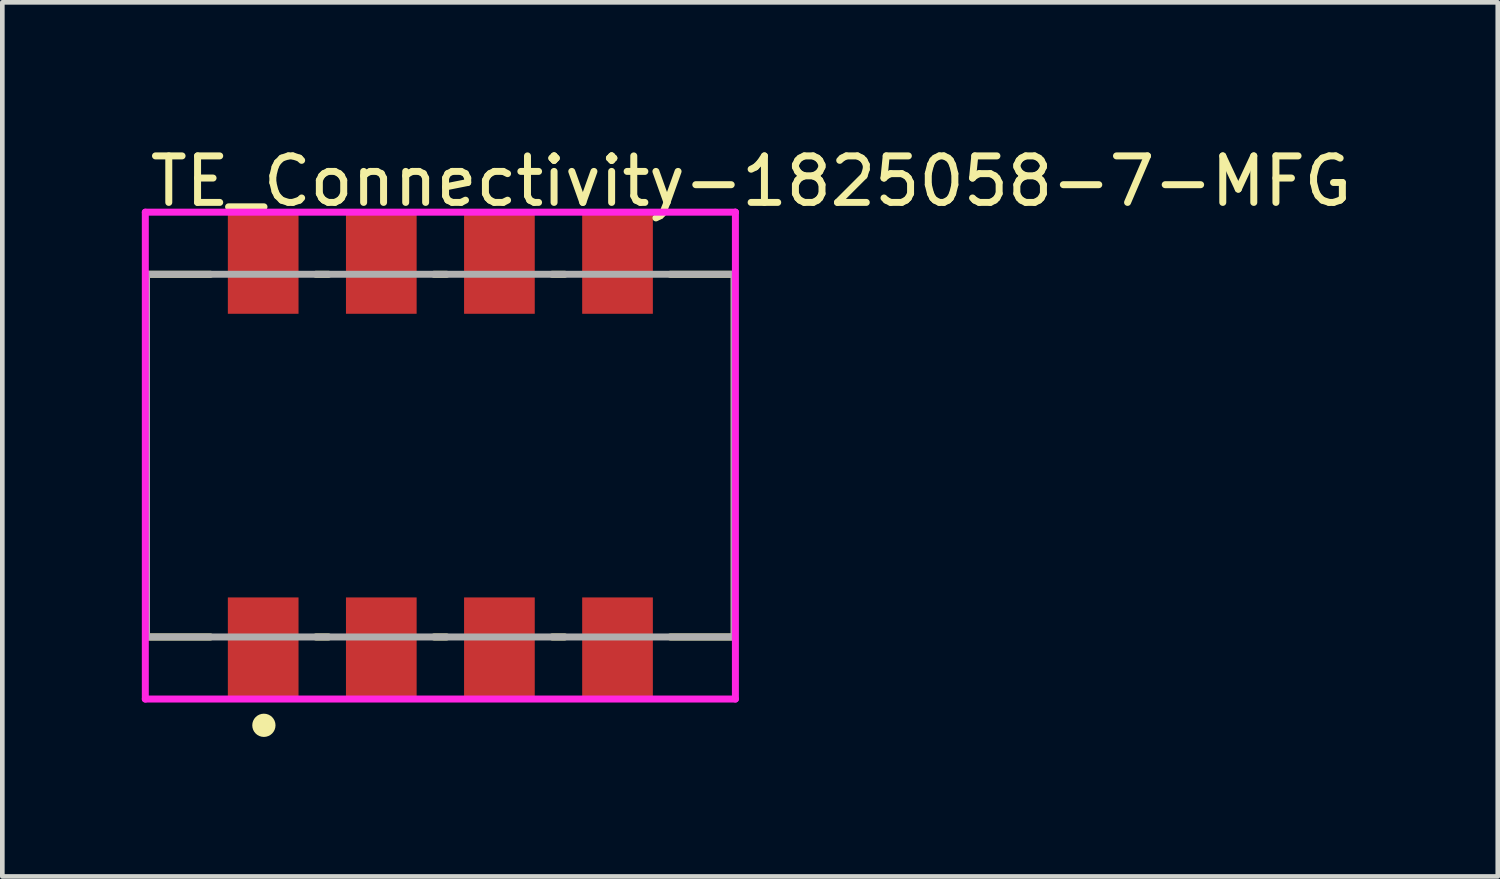
<source format=kicad_pcb>
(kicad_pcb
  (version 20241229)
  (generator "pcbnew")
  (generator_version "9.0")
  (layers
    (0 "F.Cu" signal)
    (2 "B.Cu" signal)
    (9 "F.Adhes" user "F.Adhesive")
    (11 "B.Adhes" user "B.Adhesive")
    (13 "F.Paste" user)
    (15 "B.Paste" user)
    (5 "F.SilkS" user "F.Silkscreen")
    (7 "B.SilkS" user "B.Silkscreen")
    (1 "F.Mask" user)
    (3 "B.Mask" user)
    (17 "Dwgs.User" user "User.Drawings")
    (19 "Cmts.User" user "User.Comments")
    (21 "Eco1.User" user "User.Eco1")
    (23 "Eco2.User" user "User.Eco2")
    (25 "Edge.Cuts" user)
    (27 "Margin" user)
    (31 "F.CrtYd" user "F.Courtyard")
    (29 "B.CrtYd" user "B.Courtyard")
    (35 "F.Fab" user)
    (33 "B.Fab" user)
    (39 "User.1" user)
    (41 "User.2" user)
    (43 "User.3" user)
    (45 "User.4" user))
  (footprint "TE_Connectivity-1825058-7-MFG"
    (layer "F.Cu")
    (at 6.42 6.748)
    (property "Reference" "TE_Connectivity-1825058-7-MFG" (at -6.32 -5.9 0) (layer "F.SilkS") (effects (font (size 1 1) (thickness 0.15)) (justify left)))
    (attr through_hole)
    (fp_line (start -6.32 -3.9) (end -4.945 -3.9) (stroke (width 0.15) (type solid)) (layer "F.SilkS"))
    (fp_line (start -6.32 3.9) (end -6.32 -3.9) (stroke (width 0.15) (type solid)) (layer "F.SilkS"))
    (fp_line (start -6.32 3.9) (end -4.945 3.9) (stroke (width 0.15) (type solid)) (layer "F.SilkS"))
    (fp_line (start -2.675 -3.9) (end -2.405 -3.9) (stroke (width 0.15) (type solid)) (layer "F.SilkS"))
    (fp_line (start -2.675 3.9) (end -2.405 3.9) (stroke (width 0.15) (type solid)) (layer "F.SilkS"))
    (fp_line (start -0.135 -3.9) (end 0.135 -3.9) (stroke (width 0.15) (type solid)) (layer "F.SilkS"))
    (fp_line (start -0.135 3.9) (end 0.135 3.9) (stroke (width 0.15) (type solid)) (layer "F.SilkS"))
    (fp_line (start 2.405 -3.9) (end 2.675 -3.9) (stroke (width 0.15) (type solid)) (layer "F.SilkS"))
    (fp_line (start 2.405 3.9) (end 2.675 3.9) (stroke (width 0.15) (type solid)) (layer "F.SilkS"))
    (fp_line (start 4.945 -3.9) (end 6.32 -3.9) (stroke (width 0.15) (type solid)) (layer "F.SilkS"))
    (fp_line (start 4.945 3.9) (end 6.32 3.9) (stroke (width 0.15) (type solid)) (layer "F.SilkS"))
    (fp_line (start 6.32 3.9) (end 6.32 -3.9) (stroke (width 0.15) (type solid)) (layer "F.SilkS"))
    (fp_circle (center -3.795 5.8) (end -3.67 5.8) (stroke (width 0.25) (type solid)) (fill no) (layer "F.SilkS"))
    (fp_line (start -6.345 -5.235) (end -6.345 5.235) (stroke (width 0.15) (type solid)) (layer "F.CrtYd"))
    (fp_line (start -6.345 5.235) (end 6.345 5.235) (stroke (width 0.15) (type solid)) (layer "F.CrtYd"))
    (fp_line (start 6.345 -5.235) (end -6.345 -5.235) (stroke (width 0.15) (type solid)) (layer "F.CrtYd"))
    (fp_line (start 6.345 -5.235) (end 6.345 -5.235) (stroke (width 0.15) (type solid)) (layer "F.CrtYd"))
    (fp_line (start 6.345 5.235) (end 6.345 -5.235) (stroke (width 0.15) (type solid)) (layer "F.CrtYd"))
    (fp_line (start -6.32 -3.9) (end 6.32 -3.9) (stroke (width 0.15) (type solid)) (layer "F.Fab"))
    (fp_line (start -6.32 3.9) (end -6.32 -3.9) (stroke (width 0.15) (type solid)) (layer "F.Fab"))
    (fp_line (start 6.32 -3.9) (end 6.32 3.9) (stroke (width 0.15) (type solid)) (layer "F.Fab"))
    (fp_line (start 6.32 3.9) (end -6.32 3.9) (stroke (width 0.15) (type solid)) (layer "F.Fab"))
    (pad "1" smd rect (at -3.81 4.13) (size 1.52 2.16) (layers "F.Cu" "F.Mask" "F.Paste"))
    (pad "2" smd rect (at -1.27 4.13) (size 1.52 2.16) (layers "F.Cu" "F.Mask" "F.Paste"))
    (pad "3" smd rect (at 1.27 4.13) (size 1.52 2.16) (layers "F.Cu" "F.Mask" "F.Paste"))
    (pad "4" smd rect (at 3.81 4.13) (size 1.52 2.16) (layers "F.Cu" "F.Mask" "F.Paste"))
    (pad "5" smd rect (at 3.81 -4.13) (size 1.52 2.16) (layers "F.Cu" "F.Mask" "F.Paste"))
    (pad "6" smd rect (at 1.27 -4.13) (size 1.52 2.16) (layers "F.Cu" "F.Mask" "F.Paste"))
    (pad "7" smd rect (at -1.27 -4.13) (size 1.52 2.16) (layers "F.Cu" "F.Mask" "F.Paste"))
    (pad "8" smd rect (at -3.81 -4.13) (size 1.52 2.16) (layers "F.Cu" "F.Mask" "F.Paste")))
  (gr_rect
    (start -3 -3)
    (end 29.16 15.798)
    (stroke (width 0.1) (type default))
    (fill no)
    (layer "Edge.Cuts")))
</source>
